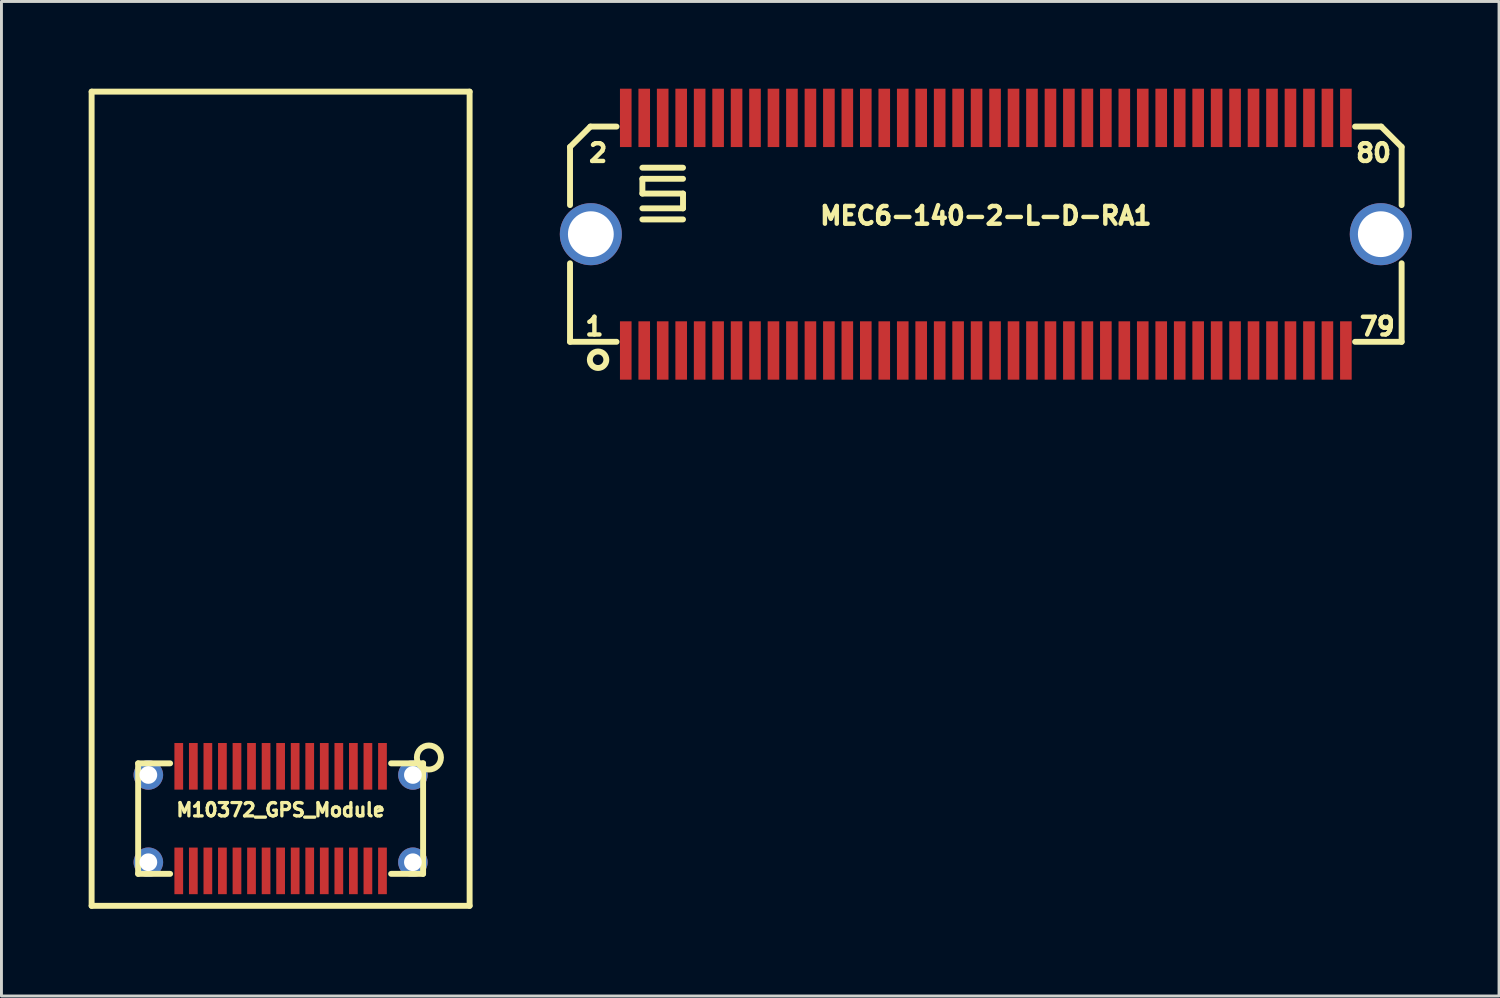
<source format=kicad_pcb>
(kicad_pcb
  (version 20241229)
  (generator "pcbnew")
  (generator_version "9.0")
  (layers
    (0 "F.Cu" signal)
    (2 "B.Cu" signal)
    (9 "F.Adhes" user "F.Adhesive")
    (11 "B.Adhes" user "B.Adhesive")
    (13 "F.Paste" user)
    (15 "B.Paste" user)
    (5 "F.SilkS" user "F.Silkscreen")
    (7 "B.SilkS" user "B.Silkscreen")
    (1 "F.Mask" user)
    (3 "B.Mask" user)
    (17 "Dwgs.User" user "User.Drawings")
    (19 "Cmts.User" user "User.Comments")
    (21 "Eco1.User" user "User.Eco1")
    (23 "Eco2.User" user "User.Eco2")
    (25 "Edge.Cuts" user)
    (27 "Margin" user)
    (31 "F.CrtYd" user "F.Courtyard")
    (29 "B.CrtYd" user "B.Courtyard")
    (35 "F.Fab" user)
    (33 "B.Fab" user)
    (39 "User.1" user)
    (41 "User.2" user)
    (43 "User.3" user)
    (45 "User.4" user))
  (footprint "M10372_GPS_Module"
    (layer "F.Cu")
    (at 6.601 25.103)
    (property "Reference" "M10372_GPS_Module" (at 0 -0.3 0) (layer "F.SilkS") (effects (font (size 0.457 0.457) (thickness 0.114))))
    (attr smd)
    (fp_line (start -6.5 -25.001) (end 6.5 -25.001) (stroke (width 0.203) (type solid)) (layer "F.SilkS"))
    (fp_line (start -6.5 3) (end -6.5 -25.001) (stroke (width 0.203) (type solid)) (layer "F.SilkS"))
    (fp_line (start -6.5 3) (end 6.5 3) (stroke (width 0.203) (type solid)) (layer "F.SilkS"))
    (fp_line (start -4.9 -1.9) (end -4.9 1.9) (stroke (width 0.203) (type solid)) (layer "F.SilkS"))
    (fp_line (start -4.9 -1.9) (end -3.8 -1.9) (stroke (width 0.203) (type solid)) (layer "F.SilkS"))
    (fp_line (start -4.9 1.9) (end -3.8 1.9) (stroke (width 0.203) (type solid)) (layer "F.SilkS"))
    (fp_line (start 4.9 -1.9) (end 3.8 -1.9) (stroke (width 0.203) (type solid)) (layer "F.SilkS"))
    (fp_line (start 4.9 -1.9) (end 4.9 1.9) (stroke (width 0.203) (type solid)) (layer "F.SilkS"))
    (fp_line (start 4.9 1.9) (end 3.8 1.9) (stroke (width 0.203) (type solid)) (layer "F.SilkS"))
    (fp_line (start 6.5 -25.001) (end 6.5 3) (stroke (width 0.203) (type solid)) (layer "F.SilkS"))
    (fp_circle (center 5.1 -2.101) (end 5.502 -2.002) (stroke (width 0.203) (type solid)) (fill no) (layer "F.SilkS"))
    (pad "1" smd rect (at 3.503 -1.798) (size 0.3 1.603) (layers "F.Cu" "F.Mask" "F.Paste"))
    (pad "2" smd rect (at 3.002 -1.798) (size 0.3 1.603) (layers "F.Cu" "F.Mask" "F.Paste"))
    (pad "3" smd rect (at 2.502 -1.798) (size 0.3 1.603) (layers "F.Cu" "F.Mask" "F.Paste"))
    (pad "4" smd rect (at 2.002 -1.798) (size 0.3 1.603) (layers "F.Cu" "F.Mask" "F.Paste"))
    (pad "5" smd rect (at 1.501 -1.798) (size 0.3 1.603) (layers "F.Cu" "F.Mask" "F.Paste"))
    (pad "6" smd rect (at 1.001 -1.798) (size 0.3 1.603) (layers "F.Cu" "F.Mask" "F.Paste"))
    (pad "7" smd rect (at 0.5 -1.798) (size 0.3 1.603) (layers "F.Cu" "F.Mask" "F.Paste"))
    (pad "8" smd rect (at 0 -1.798) (size 0.3 1.603) (layers "F.Cu" "F.Mask" "F.Paste"))
    (pad "9" smd rect (at -0.5 -1.798) (size 0.3 1.603) (layers "F.Cu" "F.Mask" "F.Paste"))
    (pad "10" smd rect (at -1.001 -1.798) (size 0.3 1.603) (layers "F.Cu" "F.Mask" "F.Paste"))
    (pad "11" smd rect (at -1.501 -1.798) (size 0.3 1.603) (layers "F.Cu" "F.Mask" "F.Paste"))
    (pad "12" smd rect (at -2.002 -1.798) (size 0.3 1.603) (layers "F.Cu" "F.Mask" "F.Paste"))
    (pad "13" smd rect (at -2.502 -1.798) (size 0.3 1.603) (layers "F.Cu" "F.Mask" "F.Paste"))
    (pad "14" smd rect (at -3.002 -1.798) (size 0.3 1.603) (layers "F.Cu" "F.Mask" "F.Paste"))
    (pad "15" smd rect (at -3.503 -1.798) (size 0.3 1.603) (layers "F.Cu" "F.Mask" "F.Paste"))
    (pad "16" smd rect (at -3.503 1.798) (size 0.3 1.603) (layers "F.Cu" "F.Mask" "F.Paste"))
    (pad "17" smd rect (at -3.002 1.798) (size 0.3 1.603) (layers "F.Cu" "F.Mask" "F.Paste"))
    (pad "18" smd rect (at -2.502 1.798) (size 0.3 1.603) (layers "F.Cu" "F.Mask" "F.Paste"))
    (pad "19" smd rect (at -2.002 1.798) (size 0.3 1.603) (layers "F.Cu" "F.Mask" "F.Paste"))
    (pad "20" smd rect (at -1.501 1.798) (size 0.3 1.603) (layers "F.Cu" "F.Mask" "F.Paste"))
    (pad "21" smd rect (at -1.001 1.798) (size 0.3 1.603) (layers "F.Cu" "F.Mask" "F.Paste"))
    (pad "22" smd rect (at -0.5 1.798) (size 0.3 1.603) (layers "F.Cu" "F.Mask" "F.Paste"))
    (pad "23" smd rect (at 0 1.798) (size 0.3 1.603) (layers "F.Cu" "F.Mask" "F.Paste"))
    (pad "24" smd rect (at 0.5 1.798) (size 0.3 1.603) (layers "F.Cu" "F.Mask" "F.Paste"))
    (pad "25" smd rect (at 1.001 1.798) (size 0.3 1.603) (layers "F.Cu" "F.Mask" "F.Paste"))
    (pad "26" smd rect (at 1.501 1.798) (size 0.3 1.603) (layers "F.Cu" "F.Mask" "F.Paste"))
    (pad "27" smd rect (at 2.002 1.798) (size 0.3 1.603) (layers "F.Cu" "F.Mask" "F.Paste"))
    (pad "28" smd rect (at 2.502 1.798) (size 0.3 1.603) (layers "F.Cu" "F.Mask" "F.Paste"))
    (pad "29" smd rect (at 3.002 1.798) (size 0.3 1.603) (layers "F.Cu" "F.Mask" "F.Paste"))
    (pad "30" smd rect (at 3.503 1.798) (size 0.3 1.603) (layers "F.Cu" "F.Mask" "F.Paste"))
    (pad "31" thru_hole circle (at -4.549 -1.501) (size 1.016 1.016) (drill 0.61) (layers "*.Cu" "*.Mask"))
    (pad "31" thru_hole circle (at -4.549 1.501) (size 1.016 1.016) (drill 0.61) (layers "*.Cu" "*.Mask"))
    (pad "31" thru_hole circle (at 4.549 -1.501) (size 1.016 1.016) (drill 0.61) (layers "*.Cu" "*.Mask"))
    (pad "31" thru_hole circle (at 4.549 1.501) (size 1.016 1.016) (drill 0.61) (layers "*.Cu" "*.Mask")))
  (footprint "MEC6-140-2-L-D-RA1"
    (layer "F.Cu")
    (at 30.854 5.004)
    (property "Reference" "MEC6-140-2-L-D-RA1" (at 0 -0.635 0) (layer "F.SilkS") (effects (font (size 0.61 0.61) (thickness 0.152))))
    (attr smd)
    (fp_line (start -14.3 -3) (end -14.3 -1.001) (stroke (width 0.203) (type solid)) (layer "F.SilkS"))
    (fp_line (start -14.3 -3) (end -13.599 -3.701) (stroke (width 0.203) (type solid)) (layer "F.SilkS"))
    (fp_line (start -14.3 3.701) (end -14.3 1.001) (stroke (width 0.203) (type solid)) (layer "F.SilkS"))
    (fp_line (start -13.599 -3.701) (end -12.7 -3.701) (stroke (width 0.203) (type solid)) (layer "F.SilkS"))
    (fp_line (start -12.7 3.701) (end -14.3 3.701) (stroke (width 0.203) (type solid)) (layer "F.SilkS"))
    (fp_line (start -11.811 -2.286) (end -10.414 -2.286) (stroke (width 0.203) (type solid)) (layer "F.SilkS"))
    (fp_line (start -11.811 -1.905) (end -11.811 -1.397) (stroke (width 0.203) (type solid)) (layer "F.SilkS"))
    (fp_line (start -11.811 -1.397) (end -10.414 -1.397) (stroke (width 0.203) (type solid)) (layer "F.SilkS"))
    (fp_line (start -11.811 -0.508) (end -10.414 -0.508) (stroke (width 0.203) (type solid)) (layer "F.SilkS"))
    (fp_line (start -10.414 -1.905) (end -11.811 -1.905) (stroke (width 0.203) (type solid)) (layer "F.SilkS"))
    (fp_line (start -10.414 -1.397) (end -10.414 -0.889) (stroke (width 0.203) (type solid)) (layer "F.SilkS"))
    (fp_line (start -10.414 -0.889) (end -11.811 -0.889) (stroke (width 0.203) (type solid)) (layer "F.SilkS"))
    (fp_line (start 12.7 3.701) (end 14.3 3.701) (stroke (width 0.203) (type solid)) (layer "F.SilkS"))
    (fp_line (start 13.599 -3.701) (end 12.7 -3.701) (stroke (width 0.203) (type solid)) (layer "F.SilkS"))
    (fp_line (start 13.599 -3.701) (end 14.3 -3) (stroke (width 0.203) (type solid)) (layer "F.SilkS"))
    (fp_line (start 14.3 -3) (end 14.3 -1.001) (stroke (width 0.203) (type solid)) (layer "F.SilkS"))
    (fp_line (start 14.3 3.701) (end 14.3 1.001) (stroke (width 0.203) (type solid)) (layer "F.SilkS"))
    (fp_circle (center -13.335 4.318) (end -13.081 4.445) (stroke (width 0.203) (type solid)) (fill no) (layer "F.SilkS"))
    (fp_text user "79" (at 13.462 3.175 0) (layer "F.SilkS") (effects (font (size 0.61 0.61) (thickness 0.152))))
    (fp_text user "80" (at 13.335 -2.794 0) (layer "F.SilkS") (effects (font (size 0.61 0.61) (thickness 0.152))))
    (fp_text user "1" (at -13.462 3.175 0) (layer "F.SilkS") (effects (font (size 0.61 0.61) (thickness 0.152))))
    (fp_text user "2" (at -13.335 -2.794 0) (layer "F.SilkS") (effects (font (size 0.61 0.61) (thickness 0.152))))
    (pad "0" thru_hole circle (at -13.584 0) (size 2.134 2.134) (drill 1.575) (layers "*.Cu" "*.Mask"))
    (pad "0" thru_hole circle (at 13.584 0) (size 2.134 2.134) (drill 1.575) (layers "*.Cu" "*.Mask"))
    (pad "1" smd rect (at -12.383 4) (size 0.399 2.007) (layers "F.Cu" "F.Mask" "F.Paste"))
    (pad "2" smd rect (at -12.383 -4) (size 0.399 2.007) (layers "F.Cu" "F.Mask" "F.Paste"))
    (pad "3" smd rect (at -11.748 4) (size 0.399 2.007) (layers "F.Cu" "F.Mask" "F.Paste"))
    (pad "4" smd rect (at -11.748 -4) (size 0.399 2.007) (layers "F.Cu" "F.Mask" "F.Paste"))
    (pad "5" smd rect (at -11.113 4) (size 0.399 2.007) (layers "F.Cu" "F.Mask" "F.Paste"))
    (pad "6" smd rect (at -11.113 -4) (size 0.399 2.007) (layers "F.Cu" "F.Mask" "F.Paste"))
    (pad "7" smd rect (at -10.477 4) (size 0.399 2.007) (layers "F.Cu" "F.Mask" "F.Paste"))
    (pad "8" smd rect (at -10.477 -4) (size 0.399 2.007) (layers "F.Cu" "F.Mask" "F.Paste"))
    (pad "9" smd rect (at -9.842 4) (size 0.399 2.007) (layers "F.Cu" "F.Mask" "F.Paste"))
    (pad "10" smd rect (at -9.842 -4) (size 0.399 2.007) (layers "F.Cu" "F.Mask" "F.Paste"))
    (pad "11" smd rect (at -9.207 4) (size 0.399 2.007) (layers "F.Cu" "F.Mask" "F.Paste"))
    (pad "12" smd rect (at -9.207 -4) (size 0.399 2.007) (layers "F.Cu" "F.Mask" "F.Paste"))
    (pad "13" smd rect (at -8.572 4) (size 0.399 2.007) (layers "F.Cu" "F.Mask" "F.Paste"))
    (pad "14" smd rect (at -8.572 -4) (size 0.399 2.007) (layers "F.Cu" "F.Mask" "F.Paste"))
    (pad "15" smd rect (at -7.938 4) (size 0.399 2.007) (layers "F.Cu" "F.Mask" "F.Paste"))
    (pad "16" smd rect (at -7.938 -4) (size 0.399 2.007) (layers "F.Cu" "F.Mask" "F.Paste"))
    (pad "17" smd rect (at -7.303 4) (size 0.399 2.007) (layers "F.Cu" "F.Mask" "F.Paste"))
    (pad "18" smd rect (at -7.303 -4) (size 0.399 2.007) (layers "F.Cu" "F.Mask" "F.Paste"))
    (pad "19" smd rect (at -6.668 4) (size 0.399 2.007) (layers "F.Cu" "F.Mask" "F.Paste"))
    (pad "20" smd rect (at -6.668 -4) (size 0.399 2.007) (layers "F.Cu" "F.Mask" "F.Paste"))
    (pad "21" smd rect (at -6.032 4) (size 0.399 2.007) (layers "F.Cu" "F.Mask" "F.Paste"))
    (pad "22" smd rect (at -6.032 -4) (size 0.399 2.007) (layers "F.Cu" "F.Mask" "F.Paste"))
    (pad "23" smd rect (at -5.397 4) (size 0.399 2.007) (layers "F.Cu" "F.Mask" "F.Paste"))
    (pad "24" smd rect (at -5.397 -4) (size 0.399 2.007) (layers "F.Cu" "F.Mask" "F.Paste"))
    (pad "25" smd rect (at -4.763 4) (size 0.399 2.007) (layers "F.Cu" "F.Mask" "F.Paste"))
    (pad "26" smd rect (at -4.763 -4) (size 0.399 2.007) (layers "F.Cu" "F.Mask" "F.Paste"))
    (pad "27" smd rect (at -4.128 4) (size 0.399 2.007) (layers "F.Cu" "F.Mask" "F.Paste"))
    (pad "28" smd rect (at -4.128 -4) (size 0.399 2.007) (layers "F.Cu" "F.Mask" "F.Paste"))
    (pad "29" smd rect (at -3.493 4) (size 0.399 2.007) (layers "F.Cu" "F.Mask" "F.Paste"))
    (pad "30" smd rect (at -3.493 -4) (size 0.399 2.007) (layers "F.Cu" "F.Mask" "F.Paste"))
    (pad "31" smd rect (at -2.857 4) (size 0.399 2.007) (layers "F.Cu" "F.Mask" "F.Paste"))
    (pad "32" smd rect (at -2.857 -4) (size 0.399 2.007) (layers "F.Cu" "F.Mask" "F.Paste"))
    (pad "33" smd rect (at -2.223 4) (size 0.399 2.007) (layers "F.Cu" "F.Mask" "F.Paste"))
    (pad "34" smd rect (at -2.223 -4) (size 0.399 2.007) (layers "F.Cu" "F.Mask" "F.Paste"))
    (pad "35" smd rect (at -1.587 4) (size 0.399 2.007) (layers "F.Cu" "F.Mask" "F.Paste"))
    (pad "36" smd rect (at -1.587 -4) (size 0.399 2.007) (layers "F.Cu" "F.Mask" "F.Paste"))
    (pad "37" smd rect (at -0.953 4) (size 0.399 2.007) (layers "F.Cu" "F.Mask" "F.Paste"))
    (pad "38" smd rect (at -0.953 -4) (size 0.399 2.007) (layers "F.Cu" "F.Mask" "F.Paste"))
    (pad "39" smd rect (at -0.318 4) (size 0.399 2.007) (layers "F.Cu" "F.Mask" "F.Paste"))
    (pad "40" smd rect (at -0.318 -4) (size 0.399 2.007) (layers "F.Cu" "F.Mask" "F.Paste"))
    (pad "41" smd rect (at 0.318 4) (size 0.399 2.007) (layers "F.Cu" "F.Mask" "F.Paste"))
    (pad "42" smd rect (at 0.318 -4) (size 0.399 2.007) (layers "F.Cu" "F.Mask" "F.Paste"))
    (pad "43" smd rect (at 0.953 4) (size 0.399 2.007) (layers "F.Cu" "F.Mask" "F.Paste"))
    (pad "44" smd rect (at 0.953 -4) (size 0.399 2.007) (layers "F.Cu" "F.Mask" "F.Paste"))
    (pad "45" smd rect (at 1.587 4) (size 0.399 2.007) (layers "F.Cu" "F.Mask" "F.Paste"))
    (pad "46" smd rect (at 1.587 -4) (size 0.399 2.007) (layers "F.Cu" "F.Mask" "F.Paste"))
    (pad "47" smd rect (at 2.223 4) (size 0.399 2.007) (layers "F.Cu" "F.Mask" "F.Paste"))
    (pad "48" smd rect (at 2.223 -4) (size 0.399 2.007) (layers "F.Cu" "F.Mask" "F.Paste"))
    (pad "49" smd rect (at 2.857 4) (size 0.399 2.007) (layers "F.Cu" "F.Mask" "F.Paste"))
    (pad "50" smd rect (at 2.857 -4) (size 0.399 2.007) (layers "F.Cu" "F.Mask" "F.Paste"))
    (pad "51" smd rect (at 3.493 4) (size 0.399 2.007) (layers "F.Cu" "F.Mask" "F.Paste"))
    (pad "52" smd rect (at 3.493 -4) (size 0.399 2.007) (layers "F.Cu" "F.Mask" "F.Paste"))
    (pad "53" smd rect (at 4.128 4) (size 0.399 2.007) (layers "F.Cu" "F.Mask" "F.Paste"))
    (pad "54" smd rect (at 4.128 -4) (size 0.399 2.007) (layers "F.Cu" "F.Mask" "F.Paste"))
    (pad "55" smd rect (at 4.763 4) (size 0.399 2.007) (layers "F.Cu" "F.Mask" "F.Paste"))
    (pad "56" smd rect (at 4.763 -4) (size 0.399 2.007) (layers "F.Cu" "F.Mask" "F.Paste"))
    (pad "57" smd rect (at 5.397 4) (size 0.399 2.007) (layers "F.Cu" "F.Mask" "F.Paste"))
    (pad "58" smd rect (at 5.397 -4) (size 0.399 2.007) (layers "F.Cu" "F.Mask" "F.Paste"))
    (pad "59" smd rect (at 6.032 4) (size 0.399 2.007) (layers "F.Cu" "F.Mask" "F.Paste"))
    (pad "60" smd rect (at 6.032 -4) (size 0.399 2.007) (layers "F.Cu" "F.Mask" "F.Paste"))
    (pad "61" smd rect (at 6.668 4) (size 0.399 2.007) (layers "F.Cu" "F.Mask" "F.Paste"))
    (pad "62" smd rect (at 6.668 -4) (size 0.399 2.007) (layers "F.Cu" "F.Mask" "F.Paste"))
    (pad "63" smd rect (at 7.303 4) (size 0.399 2.007) (layers "F.Cu" "F.Mask" "F.Paste"))
    (pad "64" smd rect (at 7.303 -4) (size 0.399 2.007) (layers "F.Cu" "F.Mask" "F.Paste"))
    (pad "65" smd rect (at 7.938 4) (size 0.399 2.007) (layers "F.Cu" "F.Mask" "F.Paste"))
    (pad "66" smd rect (at 7.938 -4) (size 0.399 2.007) (layers "F.Cu" "F.Mask" "F.Paste"))
    (pad "67" smd rect (at 8.572 4) (size 0.399 2.007) (layers "F.Cu" "F.Mask" "F.Paste"))
    (pad "68" smd rect (at 8.572 -4) (size 0.399 2.007) (layers "F.Cu" "F.Mask" "F.Paste"))
    (pad "69" smd rect (at 9.207 4) (size 0.399 2.007) (layers "F.Cu" "F.Mask" "F.Paste"))
    (pad "70" smd rect (at 9.207 -4) (size 0.399 2.007) (layers "F.Cu" "F.Mask" "F.Paste"))
    (pad "71" smd rect (at 9.842 4) (size 0.399 2.007) (layers "F.Cu" "F.Mask" "F.Paste"))
    (pad "72" smd rect (at 9.842 -4) (size 0.399 2.007) (layers "F.Cu" "F.Mask" "F.Paste"))
    (pad "73" smd rect (at 10.477 4) (size 0.399 2.007) (layers "F.Cu" "F.Mask" "F.Paste"))
    (pad "74" smd rect (at 10.477 -4) (size 0.399 2.007) (layers "F.Cu" "F.Mask" "F.Paste"))
    (pad "75" smd rect (at 11.113 4) (size 0.399 2.007) (layers "F.Cu" "F.Mask" "F.Paste"))
    (pad "76" smd rect (at 11.113 -4) (size 0.399 2.007) (layers "F.Cu" "F.Mask" "F.Paste"))
    (pad "77" smd rect (at 11.748 4) (size 0.399 2.007) (layers "F.Cu" "F.Mask" "F.Paste"))
    (pad "78" smd rect (at 11.748 -4) (size 0.399 2.007) (layers "F.Cu" "F.Mask" "F.Paste"))
    (pad "79" smd rect (at 12.383 4) (size 0.399 2.007) (layers "F.Cu" "F.Mask" "F.Paste"))
    (pad "80" smd rect (at 12.383 -4) (size 0.399 2.007) (layers "F.Cu" "F.Mask" "F.Paste")))
  (gr_rect
    (start -3 -3)
    (end 48.504 31.204)
    (stroke (width 0.1) (type default))
    (fill no)
    (layer "Edge.Cuts")))
</source>
